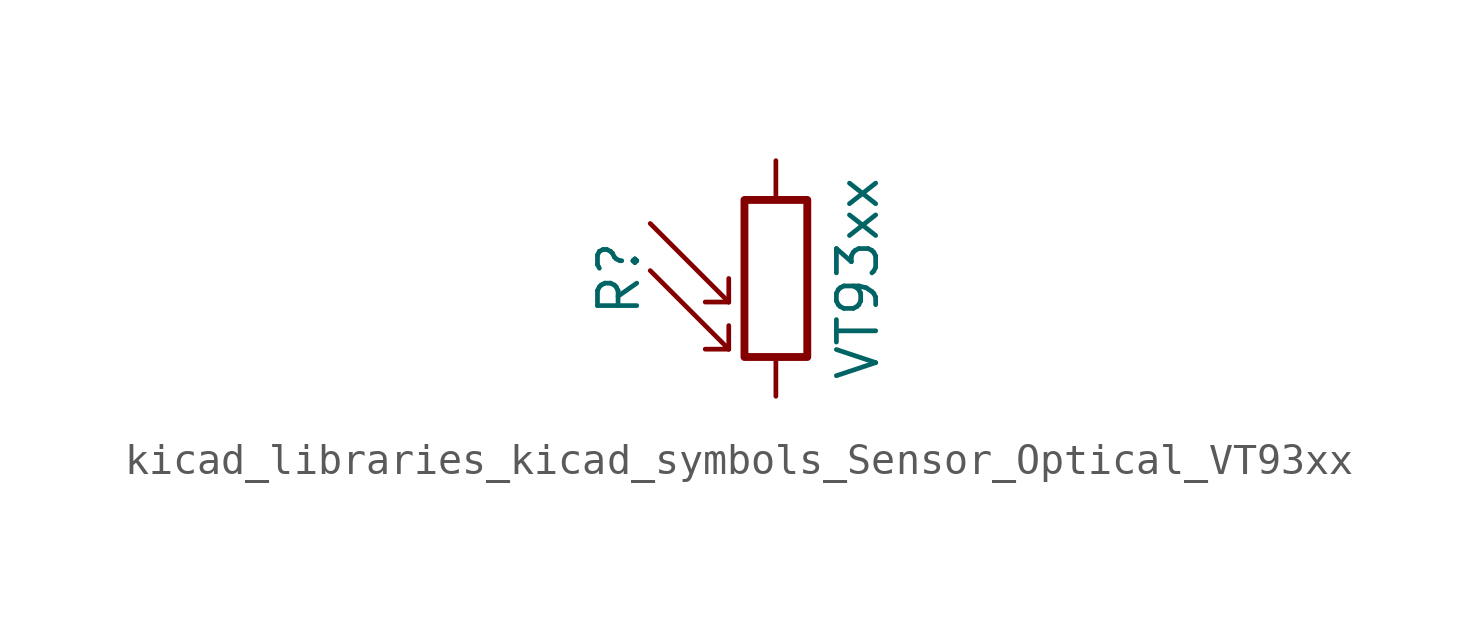
<source format=kicad_sym>
(kicad_symbol_lib
  (version 20220914)
  (generator kicad_symbol_editor)
  (symbol "kicad_libraries_kicad_symbols_Sensor_Optical_VT93xx"
    (pin_numbers hide)
    (pin_names
      (offset 0))
    (property "Reference" "R"
      (at -5.08 0 90)
      (effects (font (size 1.27 1.27))))
    (property "Value" "VT93xx"
      (at 1.905 0 90)
      (effects (font (size 1.27 1.27)) (justify top)))
    (symbol "kicad_libraries_kicad_symbols_Sensor_Optical_VT93xx_0_1"
      (rectangle (start -1.016 2.54) (end 1.016 -2.54) (stroke (width 0.254) (type default)) (fill (type none)))
      (polyline (pts (xy -1.524 -2.286) (xy -4.064 0.254)) (stroke (width 0) (type default)) (fill (type none)))
      (polyline (pts (xy -1.524 -2.286) (xy -2.286 -2.286)) (stroke (width 0) (type default)) (fill (type none)))
      (polyline (pts (xy -1.524 -2.286) (xy -1.524 -1.524)) (stroke (width 0) (type default)) (fill (type none)))
      (polyline (pts (xy -1.524 -0.762) (xy -4.064 1.778)) (stroke (width 0) (type default)) (fill (type none)))
      (polyline (pts (xy -1.524 -0.762) (xy -2.286 -0.762)) (stroke (width 0) (type default)) (fill (type none)))
      (polyline (pts (xy -1.524 -0.762) (xy -1.524 0)) (stroke (width 0) (type default)) (fill (type none))))
    (symbol "kicad_libraries_kicad_symbols_Sensor_Optical_VT93xx_1_1"
      (pin passive line (at 0 3.81 270) (length 1.27) (name "~" (effects (font (size 1.27 1.27)))) (number "1" (effects (font (size 1.27 1.27)))))
      (pin passive line (at 0 -3.81 90) (length 1.27) (name "~" (effects (font (size 1.27 1.27)))) (number "2" (effects (font (size 1.27 1.27))))))))
</source>
